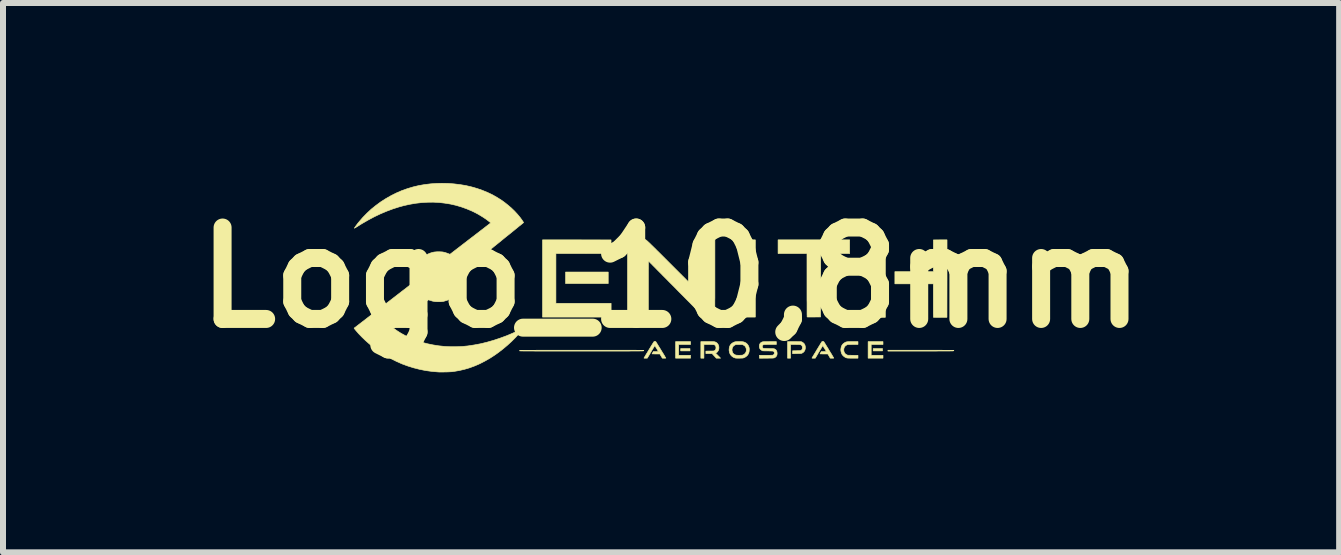
<source format=kicad_pcb>
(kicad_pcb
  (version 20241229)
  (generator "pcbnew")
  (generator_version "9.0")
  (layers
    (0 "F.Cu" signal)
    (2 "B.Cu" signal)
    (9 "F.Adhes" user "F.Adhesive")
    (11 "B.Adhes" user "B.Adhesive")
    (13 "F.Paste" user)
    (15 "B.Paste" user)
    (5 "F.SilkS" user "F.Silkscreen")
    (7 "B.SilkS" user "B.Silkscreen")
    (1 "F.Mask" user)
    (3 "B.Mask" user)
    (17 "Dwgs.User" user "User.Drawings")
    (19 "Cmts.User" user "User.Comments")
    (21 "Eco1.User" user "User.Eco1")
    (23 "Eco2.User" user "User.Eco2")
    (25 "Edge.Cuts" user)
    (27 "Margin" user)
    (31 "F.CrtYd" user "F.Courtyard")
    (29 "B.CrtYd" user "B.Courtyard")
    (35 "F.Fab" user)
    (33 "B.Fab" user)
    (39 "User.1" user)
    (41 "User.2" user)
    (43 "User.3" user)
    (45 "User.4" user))
  (footprint "Logo_10,8mm"
    (layer "F.Cu")
    (at 8.135 1.577)
    (property "Reference" "Logo_10,8mm" (at 0 0 180) (layer "F.SilkS") (effects (font (size 1.524 1.524) (thickness 0.3))))
    (attr through_hole)
    (fp_poly (pts (xy -1.047 0.099) (xy -1.758 0.099) (xy -1.758 -0.093) (xy -1.047 -0.093) (xy -1.047 0.099)) (stroke (width 0.01) (type solid)) (fill yes) (layer "F.SilkS"))
    (fp_poly (pts (xy 0.316 1.222) (xy 0.161 1.222) (xy 0.161 1.183) (xy 0.316 1.183) (xy 0.316 1.222)) (stroke (width 0.01) (type solid)) (fill yes) (layer "F.SilkS"))
    (fp_poly (pts (xy 1.405 0.658) (xy 1.18 0.658) (xy 1.18 -0.629) (xy 1.405 -0.629) (xy 1.405 0.658)) (stroke (width 0.01) (type solid)) (fill yes) (layer "F.SilkS"))
    (fp_poly (pts (xy 3.525 1.222) (xy 3.37 1.222) (xy 3.37 1.183) (xy 3.525 1.183) (xy 3.525 1.222)) (stroke (width 0.01) (type solid)) (fill yes) (layer "F.SilkS"))
    (fp_poly (pts (xy 0.325 1.115) (xy 0.127 1.115) (xy 0.127 1.295) (xy 0.325 1.295) (xy 0.325 1.343) (xy 0.076 1.343) (xy 0.076 1.067) (xy 0.325 1.067) (xy 0.325 1.115)) (stroke (width 0.01) (type solid)) (fill yes) (layer "F.SilkS"))
    (fp_poly (pts (xy 3.533 1.115) (xy 3.336 1.115) (xy 3.336 1.295) (xy 3.533 1.295) (xy 3.533 1.343) (xy 3.285 1.343) (xy 3.285 1.067) (xy 3.533 1.067) (xy 3.533 1.115)) (stroke (width 0.01) (type solid)) (fill yes) (layer "F.SilkS"))
    (fp_poly (pts (xy -1.571 -0.629) (xy -1 -0.628) (xy -1 -0.402) (xy -1.46 -0.401) (xy -1.919 -0.401) (xy -1.919 0.429) (xy -0.999 0.429) (xy -0.999 0.658) (xy -2.142 0.658) (xy -2.142 -0.629) (xy -1.571 -0.629)) (stroke (width 0.01) (type solid)) (fill yes) (layer "F.SilkS"))
    (fp_poly (pts (xy 3.572 0.016) (xy 3.572 0.662) (xy 3.461 0.663) (xy 3.437 0.663) (xy 3.414 0.663) (xy 3.394 0.663) (xy 3.377 0.662) (xy 3.363 0.662) (xy 3.354 0.662) (xy 3.349 0.661) (xy 3.349 0.661) (xy 3.349 0.658) (xy 3.349 0.65) (xy 3.349 0.637) (xy 3.348 0.618) (xy 3.348 0.595) (xy 3.348 0.568) (xy 3.348 0.536) (xy 3.348 0.501) (xy 3.348 0.462) (xy 3.348 0.419) (xy 3.347 0.374) (xy 3.347 0.325) (xy 3.347 0.274) (xy 3.347 0.221) (xy 3.347 0.165) (xy 3.347 0.107) (xy 3.347 0.048) (xy 3.347 0.015) (xy 3.347 -0.629) (xy 3.573 -0.629) (xy 3.572 0.016)) (stroke (width 0.01) (type solid)) (fill yes) (layer "F.SilkS"))
    (fp_poly (pts (xy 4.6 0.016) (xy 4.599 0.662) (xy 4.487 0.663) (xy 4.463 0.663) (xy 4.44 0.663) (xy 4.419 0.663) (xy 4.402 0.662) (xy 4.388 0.662) (xy 4.379 0.662) (xy 4.374 0.661) (xy 4.374 0.661) (xy 4.373 0.658) (xy 4.373 0.65) (xy 4.373 0.637) (xy 4.373 0.619) (xy 4.372 0.597) (xy 4.372 0.572) (xy 4.372 0.543) (xy 4.372 0.511) (xy 4.372 0.477) (xy 4.372 0.44) (xy 4.372 0.402) (xy 4.372 0.382) (xy 4.372 0.104) (xy 3.731 0.104) (xy 3.731 -0.099) (xy 4.372 -0.099) (xy 4.372 -0.363) (xy 4.373 -0.628) (xy 4.487 -0.629) (xy 4.6 -0.629) (xy 4.6 0.016)) (stroke (width 0.01) (type solid)) (fill yes) (layer "F.SilkS"))
    (fp_poly (pts (xy 2.977 -0.401) (xy 2.495 -0.401) (xy 2.494 0.128) (xy 2.493 0.656) (xy 2.382 0.657) (xy 2.357 0.657) (xy 2.334 0.657) (xy 2.314 0.657) (xy 2.297 0.657) (xy 2.283 0.657) (xy 2.273 0.656) (xy 2.269 0.656) (xy 2.268 0.656) (xy 2.268 0.653) (xy 2.268 0.644) (xy 2.268 0.631) (xy 2.267 0.613) (xy 2.267 0.59) (xy 2.267 0.563) (xy 2.267 0.532) (xy 2.267 0.497) (xy 2.267 0.459) (xy 2.267 0.418) (xy 2.266 0.374) (xy 2.266 0.327) (xy 2.266 0.278) (xy 2.266 0.227) (xy 2.266 0.174) (xy 2.266 0.127) (xy 2.266 -0.401) (xy 1.784 -0.401) (xy 1.784 -0.629) (xy 2.977 -0.629) (xy 2.977 -0.401)) (stroke (width 0.01) (type solid)) (fill yes) (layer "F.SilkS"))
    (fp_poly (pts (xy 4.166 1.211) (xy 4.222 1.211) (xy 4.275 1.211) (xy 4.327 1.211) (xy 4.377 1.211) (xy 4.424 1.211) (xy 4.469 1.211) (xy 4.511 1.211) (xy 4.55 1.212) (xy 4.585 1.212) (xy 4.617 1.212) (xy 4.645 1.212) (xy 4.668 1.212) (xy 4.687 1.212) (xy 4.701 1.212) (xy 4.71 1.212) (xy 4.714 1.213) (xy 4.714 1.213) (xy 4.712 1.216) (xy 4.712 1.218) (xy 4.711 1.219) (xy 4.707 1.221) (xy 4.699 1.222) (xy 4.686 1.223) (xy 4.679 1.223) (xy 4.673 1.223) (xy 4.661 1.223) (xy 4.644 1.224) (xy 4.622 1.224) (xy 4.596 1.224) (xy 4.566 1.224) (xy 4.533 1.224) (xy 4.495 1.224) (xy 4.455 1.224) (xy 4.411 1.225) (xy 4.365 1.225) (xy 4.317 1.225) (xy 4.266 1.225) (xy 4.214 1.225) (xy 4.161 1.225) (xy 4.13 1.225) (xy 3.615 1.225) (xy 3.615 1.211) (xy 4.166 1.211)) (stroke (width 0.01) (type solid)) (fill yes) (layer "F.SilkS"))
    (fp_poly (pts (xy 3.116 1.114) (xy 3.029 1.115) (xy 2.942 1.116) (xy 2.925 1.125) (xy 2.908 1.136) (xy 2.895 1.151) (xy 2.885 1.169) (xy 2.88 1.189) (xy 2.879 1.209) (xy 2.882 1.23) (xy 2.89 1.251) (xy 2.9 1.266) (xy 2.908 1.273) (xy 2.919 1.281) (xy 2.926 1.285) (xy 2.945 1.294) (xy 3.03 1.295) (xy 3.116 1.296) (xy 3.116 1.343) (xy 3.029 1.343) (xy 3.007 1.343) (xy 2.986 1.343) (xy 2.967 1.342) (xy 2.952 1.342) (xy 2.94 1.341) (xy 2.933 1.34) (xy 2.931 1.34) (xy 2.911 1.333) (xy 2.892 1.322) (xy 2.873 1.307) (xy 2.857 1.29) (xy 2.846 1.273) (xy 2.837 1.249) (xy 2.831 1.222) (xy 2.83 1.195) (xy 2.834 1.169) (xy 2.841 1.144) (xy 2.849 1.128) (xy 2.858 1.115) (xy 2.87 1.102) (xy 2.885 1.091) (xy 2.899 1.082) (xy 2.902 1.08) (xy 2.91 1.076) (xy 2.918 1.074) (xy 2.927 1.071) (xy 2.937 1.07) (xy 2.949 1.068) (xy 2.964 1.068) (xy 2.983 1.067) (xy 3.006 1.067) (xy 3.031 1.067) (xy 3.116 1.067) (xy 3.116 1.114)) (stroke (width 0.01) (type solid)) (fill yes) (layer "F.SilkS"))
    (fp_poly (pts (xy 2.055 1.067) (xy 2.169 1.068) (xy 2.187 1.076) (xy 2.205 1.088) (xy 2.22 1.103) (xy 2.231 1.122) (xy 2.237 1.144) (xy 2.239 1.168) (xy 2.238 1.184) (xy 2.232 1.207) (xy 2.222 1.227) (xy 2.207 1.244) (xy 2.188 1.257) (xy 2.185 1.258) (xy 2.18 1.261) (xy 2.175 1.262) (xy 2.17 1.264) (xy 2.164 1.265) (xy 2.155 1.265) (xy 2.144 1.266) (xy 2.129 1.266) (xy 2.11 1.266) (xy 2.098 1.267) (xy 2.026 1.268) (xy 2.026 1.22) (xy 2.091 1.219) (xy 2.114 1.218) (xy 2.132 1.218) (xy 2.147 1.217) (xy 2.158 1.215) (xy 2.166 1.213) (xy 2.172 1.209) (xy 2.177 1.205) (xy 2.181 1.2) (xy 2.182 1.198) (xy 2.186 1.193) (xy 2.188 1.186) (xy 2.188 1.177) (xy 2.189 1.167) (xy 2.188 1.151) (xy 2.184 1.139) (xy 2.178 1.13) (xy 2.168 1.123) (xy 2.165 1.121) (xy 2.162 1.12) (xy 2.157 1.119) (xy 2.152 1.118) (xy 2.144 1.117) (xy 2.133 1.116) (xy 2.119 1.116) (xy 2.101 1.116) (xy 2.078 1.115) (xy 2.074 1.115) (xy 1.992 1.114) (xy 1.992 1.343) (xy 1.942 1.343) (xy 1.942 1.067) (xy 2.055 1.067)) (stroke (width 0.01) (type solid)) (fill yes) (layer "F.SilkS"))
    (fp_poly (pts (xy 0.635 1.067) (xy 0.658 1.067) (xy 0.676 1.067) (xy 0.691 1.067) (xy 0.703 1.068) (xy 0.712 1.068) (xy 0.719 1.069) (xy 0.725 1.07) (xy 0.73 1.071) (xy 0.734 1.072) (xy 0.754 1.081) (xy 0.77 1.094) (xy 0.783 1.111) (xy 0.792 1.13) (xy 0.797 1.152) (xy 0.798 1.175) (xy 0.794 1.199) (xy 0.791 1.209) (xy 0.786 1.219) (xy 0.778 1.231) (xy 0.769 1.242) (xy 0.759 1.251) (xy 0.751 1.256) (xy 0.742 1.26) (xy 0.784 1.301) (xy 0.825 1.343) (xy 0.754 1.343) (xy 0.685 1.267) (xy 0.581 1.267) (xy 0.581 1.225) (xy 0.648 1.224) (xy 0.67 1.224) (xy 0.686 1.224) (xy 0.699 1.223) (xy 0.708 1.223) (xy 0.715 1.222) (xy 0.719 1.22) (xy 0.723 1.219) (xy 0.725 1.218) (xy 0.736 1.209) (xy 0.743 1.198) (xy 0.748 1.183) (xy 0.749 1.164) (xy 0.746 1.147) (xy 0.738 1.133) (xy 0.726 1.122) (xy 0.725 1.122) (xy 0.722 1.12) (xy 0.718 1.119) (xy 0.714 1.118) (xy 0.707 1.117) (xy 0.698 1.117) (xy 0.686 1.116) (xy 0.67 1.116) (xy 0.649 1.115) (xy 0.631 1.115) (xy 0.548 1.114) (xy 0.548 1.343) (xy 0.497 1.343) (xy 0.497 1.067) (xy 0.606 1.067) (xy 0.635 1.067)) (stroke (width 0.01) (type solid)) (fill yes) (layer "F.SilkS"))
    (fp_poly (pts (xy 1.149 1.067) (xy 1.168 1.067) (xy 1.184 1.068) (xy 1.198 1.07) (xy 1.206 1.071) (xy 1.232 1.08) (xy 1.255 1.094) (xy 1.274 1.112) (xy 1.288 1.133) (xy 1.299 1.158) (xy 1.299 1.16) (xy 1.303 1.176) (xy 1.304 1.195) (xy 1.303 1.215) (xy 1.301 1.234) (xy 1.298 1.248) (xy 1.288 1.273) (xy 1.273 1.296) (xy 1.253 1.314) (xy 1.231 1.329) (xy 1.206 1.339) (xy 1.204 1.34) (xy 1.196 1.341) (xy 1.184 1.342) (xy 1.168 1.342) (xy 1.15 1.343) (xy 1.132 1.343) (xy 1.114 1.343) (xy 1.097 1.343) (xy 1.082 1.342) (xy 1.072 1.341) (xy 1.069 1.34) (xy 1.049 1.333) (xy 1.029 1.322) (xy 1.01 1.307) (xy 0.995 1.29) (xy 0.984 1.273) (xy 0.974 1.249) (xy 0.969 1.222) (xy 0.968 1.21) (xy 1.016 1.21) (xy 1.02 1.231) (xy 1.028 1.251) (xy 1.033 1.26) (xy 1.045 1.273) (xy 1.062 1.284) (xy 1.081 1.292) (xy 1.09 1.293) (xy 1.105 1.294) (xy 1.124 1.295) (xy 1.142 1.295) (xy 1.16 1.294) (xy 1.173 1.294) (xy 1.183 1.293) (xy 1.191 1.292) (xy 1.197 1.29) (xy 1.202 1.288) (xy 1.204 1.287) (xy 1.222 1.276) (xy 1.237 1.261) (xy 1.248 1.243) (xy 1.254 1.223) (xy 1.255 1.201) (xy 1.252 1.179) (xy 1.244 1.159) (xy 1.233 1.143) (xy 1.218 1.131) (xy 1.209 1.126) (xy 1.19 1.116) (xy 1.079 1.116) (xy 1.063 1.125) (xy 1.045 1.136) (xy 1.032 1.151) (xy 1.023 1.169) (xy 1.017 1.189) (xy 1.016 1.21) (xy 0.968 1.21) (xy 0.968 1.195) (xy 0.971 1.169) (xy 0.978 1.144) (xy 0.986 1.128) (xy 0.999 1.111) (xy 1.016 1.095) (xy 1.037 1.082) (xy 1.058 1.073) (xy 1.069 1.07) (xy 1.079 1.069) (xy 1.094 1.068) (xy 1.111 1.067) (xy 1.13 1.067) (xy 1.149 1.067)) (stroke (width 0.01) (type solid)) (fill yes) (layer "F.SilkS"))
    (fp_poly (pts (xy -0.257 1.066) (xy -0.254 1.068) (xy -0.252 1.071) (xy -0.247 1.079) (xy -0.24 1.09) (xy -0.231 1.104) (xy -0.221 1.121) (xy -0.209 1.14) (xy -0.196 1.161) (xy -0.183 1.182) (xy -0.169 1.205) (xy -0.156 1.227) (xy -0.142 1.249) (xy -0.13 1.269) (xy -0.118 1.288) (xy -0.108 1.305) (xy -0.1 1.32) (xy -0.093 1.331) (xy -0.089 1.338) (xy -0.087 1.342) (xy -0.087 1.342) (xy -0.09 1.342) (xy -0.097 1.343) (xy -0.108 1.343) (xy -0.116 1.343) (xy -0.145 1.343) (xy -0.166 1.308) (xy -0.186 1.273) (xy -0.251 1.273) (xy -0.27 1.273) (xy -0.286 1.272) (xy -0.3 1.272) (xy -0.309 1.272) (xy -0.315 1.271) (xy -0.316 1.271) (xy -0.314 1.267) (xy -0.31 1.26) (xy -0.305 1.252) (xy -0.305 1.251) (xy -0.295 1.233) (xy -0.253 1.233) (xy -0.239 1.233) (xy -0.226 1.233) (xy -0.217 1.232) (xy -0.212 1.232) (xy -0.212 1.232) (xy -0.213 1.229) (xy -0.217 1.222) (xy -0.223 1.212) (xy -0.23 1.2) (xy -0.237 1.187) (xy -0.246 1.174) (xy -0.253 1.162) (xy -0.26 1.15) (xy -0.266 1.142) (xy -0.27 1.136) (xy -0.271 1.135) (xy -0.273 1.137) (xy -0.277 1.144) (xy -0.283 1.154) (xy -0.292 1.168) (xy -0.302 1.185) (xy -0.314 1.204) (xy -0.326 1.225) (xy -0.334 1.239) (xy -0.396 1.343) (xy -0.424 1.343) (xy -0.436 1.343) (xy -0.445 1.343) (xy -0.45 1.342) (xy -0.451 1.341) (xy -0.447 1.334) (xy -0.44 1.323) (xy -0.432 1.309) (xy -0.422 1.292) (xy -0.411 1.273) (xy -0.398 1.253) (xy -0.385 1.231) (xy -0.371 1.208) (xy -0.358 1.186) (xy -0.344 1.164) (xy -0.332 1.143) (xy -0.32 1.124) (xy -0.309 1.106) (xy -0.3 1.092) (xy -0.293 1.081) (xy -0.288 1.073) (xy -0.286 1.07) (xy -0.286 1.07) (xy -0.277 1.064) (xy -0.267 1.063) (xy -0.257 1.066)) (stroke (width 0.01) (type solid)) (fill yes) (layer "F.SilkS"))
    (fp_poly (pts (xy 2.542 1.066) (xy 2.546 1.068) (xy 2.548 1.071) (xy 2.553 1.079) (xy 2.56 1.09) (xy 2.569 1.104) (xy 2.579 1.121) (xy 2.591 1.14) (xy 2.604 1.161) (xy 2.617 1.182) (xy 2.63 1.205) (xy 2.644 1.227) (xy 2.657 1.249) (xy 2.67 1.269) (xy 2.681 1.288) (xy 2.691 1.305) (xy 2.7 1.32) (xy 2.706 1.331) (xy 2.711 1.338) (xy 2.712 1.342) (xy 2.712 1.342) (xy 2.71 1.342) (xy 2.702 1.343) (xy 2.692 1.343) (xy 2.683 1.343) (xy 2.654 1.343) (xy 2.634 1.308) (xy 2.613 1.273) (xy 2.548 1.273) (xy 2.53 1.273) (xy 2.513 1.272) (xy 2.5 1.272) (xy 2.49 1.272) (xy 2.485 1.271) (xy 2.484 1.271) (xy 2.486 1.267) (xy 2.49 1.26) (xy 2.494 1.252) (xy 2.495 1.251) (xy 2.505 1.233) (xy 2.546 1.233) (xy 2.561 1.233) (xy 2.573 1.233) (xy 2.582 1.232) (xy 2.587 1.232) (xy 2.588 1.232) (xy 2.587 1.229) (xy 2.583 1.222) (xy 2.577 1.212) (xy 2.57 1.2) (xy 2.562 1.187) (xy 2.554 1.174) (xy 2.546 1.162) (xy 2.539 1.15) (xy 2.534 1.142) (xy 2.53 1.136) (xy 2.529 1.135) (xy 2.527 1.137) (xy 2.523 1.144) (xy 2.516 1.154) (xy 2.508 1.168) (xy 2.498 1.185) (xy 2.486 1.204) (xy 2.474 1.225) (xy 2.465 1.239) (xy 2.404 1.343) (xy 2.376 1.343) (xy 2.364 1.343) (xy 2.355 1.343) (xy 2.35 1.342) (xy 2.349 1.341) (xy 2.353 1.334) (xy 2.359 1.323) (xy 2.368 1.309) (xy 2.378 1.292) (xy 2.389 1.273) (xy 2.402 1.253) (xy 2.415 1.231) (xy 2.428 1.208) (xy 2.442 1.186) (xy 2.455 1.164) (xy 2.468 1.143) (xy 2.48 1.124) (xy 2.49 1.106) (xy 2.499 1.092) (xy 2.506 1.081) (xy 2.511 1.073) (xy 2.513 1.07) (xy 2.513 1.07) (xy 2.522 1.064) (xy 2.532 1.063) (xy 2.542 1.066)) (stroke (width 0.01) (type solid)) (fill yes) (layer "F.SilkS"))
    (fp_poly (pts (xy 1.755 1.115) (xy 1.655 1.115) (xy 1.626 1.115) (xy 1.601 1.115) (xy 1.58 1.116) (xy 1.563 1.116) (xy 1.551 1.117) (xy 1.544 1.118) (xy 1.543 1.118) (xy 1.533 1.123) (xy 1.525 1.132) (xy 1.522 1.143) (xy 1.521 1.155) (xy 1.525 1.166) (xy 1.532 1.175) (xy 1.534 1.176) (xy 1.537 1.177) (xy 1.541 1.179) (xy 1.546 1.18) (xy 1.553 1.18) (xy 1.563 1.181) (xy 1.577 1.181) (xy 1.595 1.182) (xy 1.617 1.182) (xy 1.628 1.183) (xy 1.653 1.183) (xy 1.672 1.183) (xy 1.688 1.184) (xy 1.699 1.184) (xy 1.708 1.185) (xy 1.715 1.186) (xy 1.72 1.187) (xy 1.724 1.188) (xy 1.727 1.19) (xy 1.744 1.2) (xy 1.755 1.213) (xy 1.763 1.229) (xy 1.767 1.249) (xy 1.768 1.262) (xy 1.767 1.276) (xy 1.766 1.287) (xy 1.763 1.296) (xy 1.762 1.298) (xy 1.752 1.315) (xy 1.737 1.329) (xy 1.724 1.336) (xy 1.721 1.338) (xy 1.718 1.339) (xy 1.713 1.34) (xy 1.708 1.34) (xy 1.7 1.341) (xy 1.69 1.342) (xy 1.677 1.342) (xy 1.66 1.342) (xy 1.64 1.342) (xy 1.614 1.343) (xy 1.592 1.343) (xy 1.473 1.344) (xy 1.473 1.295) (xy 1.58 1.295) (xy 1.608 1.295) (xy 1.633 1.295) (xy 1.654 1.295) (xy 1.672 1.294) (xy 1.686 1.294) (xy 1.694 1.293) (xy 1.697 1.292) (xy 1.709 1.286) (xy 1.717 1.277) (xy 1.721 1.264) (xy 1.722 1.26) (xy 1.72 1.245) (xy 1.714 1.234) (xy 1.708 1.228) (xy 1.705 1.227) (xy 1.701 1.226) (xy 1.696 1.225) (xy 1.689 1.224) (xy 1.678 1.224) (xy 1.664 1.223) (xy 1.646 1.223) (xy 1.623 1.222) (xy 1.614 1.222) (xy 1.528 1.221) (xy 1.512 1.213) (xy 1.495 1.201) (xy 1.482 1.187) (xy 1.474 1.169) (xy 1.471 1.149) (xy 1.471 1.138) (xy 1.475 1.117) (xy 1.483 1.1) (xy 1.495 1.086) (xy 1.512 1.076) (xy 1.514 1.075) (xy 1.518 1.073) (xy 1.521 1.072) (xy 1.526 1.071) (xy 1.531 1.07) (xy 1.538 1.069) (xy 1.547 1.069) (xy 1.559 1.068) (xy 1.575 1.068) (xy 1.595 1.068) (xy 1.619 1.068) (xy 1.642 1.067) (xy 1.755 1.067) (xy 1.755 1.115)) (stroke (width 0.01) (type solid)) (fill yes) (layer "F.SilkS"))
    (fp_poly (pts (xy -1.34 1.211) (xy -1.275 1.211) (xy -1.211 1.211) (xy -1.148 1.211) (xy -1.086 1.211) (xy -1.025 1.211) (xy -0.966 1.211) (xy -0.909 1.211) (xy -0.855 1.211) (xy -0.802 1.211) (xy -0.753 1.211) (xy -0.706 1.211) (xy -0.663 1.211) (xy -0.623 1.211) (xy -0.587 1.211) (xy -0.554 1.212) (xy -0.526 1.212) (xy -0.502 1.212) (xy -0.482 1.212) (xy -0.468 1.212) (xy -0.459 1.212) (xy -0.455 1.212) (xy -0.454 1.212) (xy -0.456 1.216) (xy -0.457 1.219) (xy -0.458 1.22) (xy -0.458 1.22) (xy -0.459 1.221) (xy -0.461 1.221) (xy -0.463 1.222) (xy -0.466 1.222) (xy -0.471 1.222) (xy -0.476 1.222) (xy -0.483 1.223) (xy -0.492 1.223) (xy -0.502 1.223) (xy -0.514 1.223) (xy -0.529 1.224) (xy -0.546 1.224) (xy -0.565 1.224) (xy -0.587 1.224) (xy -0.611 1.224) (xy -0.639 1.224) (xy -0.669 1.224) (xy -0.704 1.225) (xy -0.741 1.225) (xy -0.782 1.225) (xy -0.827 1.225) (xy -0.876 1.225) (xy -0.929 1.225) (xy -0.987 1.225) (xy -1.049 1.225) (xy -1.115 1.225) (xy -1.187 1.225) (xy -1.264 1.225) (xy -1.345 1.225) (xy -1.432 1.225) (xy -1.493 1.225) (xy -1.584 1.225) (xy -1.669 1.225) (xy -1.749 1.225) (xy -1.824 1.225) (xy -1.894 1.225) (xy -1.959 1.225) (xy -2.019 1.225) (xy -2.075 1.225) (xy -2.127 1.225) (xy -2.175 1.225) (xy -2.218 1.225) (xy -2.258 1.225) (xy -2.295 1.224) (xy -2.327 1.224) (xy -2.357 1.224) (xy -2.384 1.224) (xy -2.407 1.224) (xy -2.428 1.224) (xy -2.446 1.224) (xy -2.462 1.224) (xy -2.476 1.223) (xy -2.487 1.223) (xy -2.497 1.223) (xy -2.505 1.223) (xy -2.511 1.222) (xy -2.516 1.222) (xy -2.52 1.222) (xy -2.522 1.221) (xy -2.524 1.221) (xy -2.525 1.221) (xy -2.526 1.22) (xy -2.526 1.22) (xy -2.526 1.22) (xy -2.525 1.217) (xy -2.523 1.215) (xy -2.517 1.214) (xy -2.508 1.213) (xy -2.498 1.213) (xy -2.493 1.212) (xy -2.483 1.212) (xy -2.468 1.212) (xy -2.448 1.212) (xy -2.423 1.212) (xy -2.394 1.212) (xy -2.361 1.212) (xy -2.324 1.212) (xy -2.283 1.212) (xy -2.239 1.211) (xy -2.192 1.211) (xy -2.142 1.211) (xy -2.09 1.211) (xy -2.035 1.211) (xy -1.977 1.211) (xy -1.918 1.211) (xy -1.857 1.211) (xy -1.795 1.211) (xy -1.732 1.211) (xy -1.667 1.211) (xy -1.602 1.211) (xy -1.537 1.211) (xy -1.471 1.211) (xy -1.405 1.211) (xy -1.34 1.211)) (stroke (width 0.01) (type solid)) (fill yes) (layer "F.SilkS"))
    (fp_poly (pts (xy -0.446 -0.64) (xy -0.426 -0.633) (xy -0.424 -0.631) (xy -0.42 -0.629) (xy -0.417 -0.627) (xy -0.413 -0.624) (xy -0.408 -0.62) (xy -0.402 -0.615) (xy -0.395 -0.609) (xy -0.387 -0.602) (xy -0.378 -0.593) (xy -0.367 -0.583) (xy -0.354 -0.571) (xy -0.34 -0.557) (xy -0.324 -0.541) (xy -0.305 -0.523) (xy -0.284 -0.502) (xy -0.261 -0.48) (xy -0.236 -0.454) (xy -0.207 -0.426) (xy -0.176 -0.395) (xy -0.141 -0.36) (xy -0.104 -0.323) (xy -0.063 -0.282) (xy -0.019 -0.238) (xy 0.029 -0.19) (xy 0.081 -0.138) (xy 0.096 -0.123) (xy 0.136 -0.083) (xy 0.176 -0.043) (xy 0.214 -0.005) (xy 0.251 0.032) (xy 0.286 0.067) (xy 0.319 0.1) (xy 0.351 0.131) (xy 0.38 0.16) (xy 0.407 0.187) (xy 0.431 0.211) (xy 0.453 0.233) (xy 0.471 0.251) (xy 0.487 0.267) (xy 0.499 0.279) (xy 0.508 0.287) (xy 0.513 0.292) (xy 0.514 0.294) (xy 0.515 0.291) (xy 0.515 0.283) (xy 0.515 0.269) (xy 0.515 0.251) (xy 0.515 0.229) (xy 0.516 0.202) (xy 0.516 0.172) (xy 0.516 0.138) (xy 0.516 0.101) (xy 0.516 0.06) (xy 0.516 0.017) (xy 0.516 -0.028) (xy 0.516 -0.076) (xy 0.516 -0.125) (xy 0.516 -0.174) (xy 0.516 -0.641) (xy 0.731 -0.641) (xy 0.731 -0.038) (xy 0.731 0.038) (xy 0.731 0.108) (xy 0.731 0.173) (xy 0.731 0.233) (xy 0.731 0.287) (xy 0.731 0.337) (xy 0.73 0.381) (xy 0.73 0.421) (xy 0.73 0.456) (xy 0.73 0.486) (xy 0.73 0.512) (xy 0.729 0.534) (xy 0.729 0.551) (xy 0.729 0.564) (xy 0.728 0.573) (xy 0.728 0.578) (xy 0.728 0.579) (xy 0.721 0.602) (xy 0.71 0.623) (xy 0.695 0.641) (xy 0.678 0.656) (xy 0.664 0.664) (xy 0.652 0.668) (xy 0.637 0.67) (xy 0.62 0.671) (xy 0.604 0.671) (xy 0.59 0.669) (xy 0.585 0.668) (xy 0.564 0.659) (xy 0.542 0.645) (xy 0.52 0.627) (xy 0.512 0.62) (xy 0.508 0.615) (xy 0.499 0.607) (xy 0.487 0.595) (xy 0.472 0.58) (xy 0.454 0.561) (xy 0.432 0.54) (xy 0.408 0.515) (xy 0.381 0.488) (xy 0.352 0.459) (xy 0.321 0.427) (xy 0.287 0.393) (xy 0.252 0.358) (xy 0.215 0.32) (xy 0.177 0.282) (xy 0.137 0.242) (xy 0.097 0.201) (xy 0.056 0.159) (xy 0.015 0.118) (xy -0.025 0.078) (xy -0.064 0.038) (xy -0.101 0.001) (xy -0.137 -0.035) (xy -0.171 -0.07) (xy -0.203 -0.102) (xy -0.233 -0.132) (xy -0.26 -0.16) (xy -0.285 -0.185) (xy -0.308 -0.208) (xy -0.327 -0.228) (xy -0.344 -0.244) (xy -0.357 -0.258) (xy -0.367 -0.267) (xy -0.373 -0.274) (xy -0.376 -0.276) (xy -0.376 -0.276) (xy -0.376 -0.273) (xy -0.376 -0.265) (xy -0.377 -0.252) (xy -0.377 -0.234) (xy -0.377 -0.212) (xy -0.377 -0.186) (xy -0.377 -0.155) (xy -0.378 -0.121) (xy -0.378 -0.084) (xy -0.378 -0.044) (xy -0.378 -0.001) (xy -0.378 0.045) (xy -0.378 0.092) (xy -0.378 0.142) (xy -0.378 0.19) (xy -0.378 0.658) (xy -0.593 0.658) (xy -0.593 0.061) (xy -0.593 -0.015) (xy -0.593 -0.085) (xy -0.593 -0.15) (xy -0.592 -0.209) (xy -0.592 -0.263) (xy -0.592 -0.312) (xy -0.592 -0.356) (xy -0.592 -0.396) (xy -0.592 -0.43) (xy -0.592 -0.46) (xy -0.591 -0.486) (xy -0.591 -0.507) (xy -0.591 -0.524) (xy -0.59 -0.537) (xy -0.59 -0.545) (xy -0.59 -0.55) (xy -0.59 -0.551) (xy -0.582 -0.576) (xy -0.57 -0.597) (xy -0.555 -0.615) (xy -0.536 -0.629) (xy -0.516 -0.639) (xy -0.493 -0.644) (xy -0.47 -0.645) (xy -0.446 -0.64)) (stroke (width 0.01) (type solid)) (fill yes) (layer "F.SilkS"))
    (fp_poly (pts (xy -3.717 -1.57) (xy -3.616 -1.562) (xy -3.517 -1.55) (xy -3.42 -1.534) (xy -3.326 -1.512) (xy -3.235 -1.486) (xy -3.146 -1.455) (xy -3.06 -1.42) (xy -2.978 -1.381) (xy -2.899 -1.336) (xy -2.823 -1.288) (xy -2.776 -1.254) (xy -2.718 -1.208) (xy -2.662 -1.16) (xy -2.609 -1.109) (xy -2.561 -1.057) (xy -2.517 -1.004) (xy -2.507 -0.99) (xy -2.497 -0.977) (xy -2.487 -0.963) (xy -2.478 -0.95) (xy -2.47 -0.938) (xy -2.464 -0.928) (xy -2.46 -0.92) (xy -2.458 -0.916) (xy -2.458 -0.916) (xy -2.461 -0.914) (xy -2.468 -0.909) (xy -2.478 -0.9) (xy -2.492 -0.889) (xy -2.51 -0.874) (xy -2.531 -0.858) (xy -2.555 -0.838) (xy -2.581 -0.817) (xy -2.61 -0.793) (xy -2.641 -0.768) (xy -2.674 -0.741) (xy -2.709 -0.713) (xy -2.746 -0.684) (xy -2.784 -0.653) (xy -2.822 -0.622) (xy -2.862 -0.589) (xy -2.902 -0.557) (xy -2.943 -0.524) (xy -2.983 -0.491) (xy -3.024 -0.458) (xy -3.064 -0.426) (xy -3.104 -0.394) (xy -3.142 -0.363) (xy -3.18 -0.332) (xy -3.216 -0.303) (xy -3.251 -0.275) (xy -3.283 -0.248) (xy -3.314 -0.223) (xy -3.343 -0.2) (xy -3.369 -0.179) (xy -3.392 -0.16) (xy -3.412 -0.144) (xy -3.43 -0.13) (xy -3.443 -0.119) (xy -3.453 -0.111) (xy -3.459 -0.106) (xy -3.461 -0.105) (xy -3.461 -0.101) (xy -3.461 -0.093) (xy -3.46 -0.083) (xy -3.458 -0.073) (xy -3.456 -0.051) (xy -3.455 -0.025) (xy -3.455 0.003) (xy -3.457 0.03) (xy -3.46 0.054) (xy -3.463 0.07) (xy -3.476 0.117) (xy -3.494 0.162) (xy -3.516 0.204) (xy -3.543 0.243) (xy -3.574 0.278) (xy -3.609 0.309) (xy -3.647 0.337) (xy -3.689 0.36) (xy -3.734 0.379) (xy -3.781 0.393) (xy -3.791 0.396) (xy -3.803 0.398) (xy -3.814 0.4) (xy -3.827 0.401) (xy -3.841 0.402) (xy -3.859 0.402) (xy -3.873 0.402) (xy -3.9 0.402) (xy -3.922 0.401) (xy -3.942 0.399) (xy -3.96 0.395) (xy -3.98 0.391) (xy -4.001 0.384) (xy -4.011 0.381) (xy -4.027 0.376) (xy -4.039 0.373) (xy -4.046 0.372) (xy -4.048 0.372) (xy -4.057 0.379) (xy -4.07 0.39) (xy -4.086 0.402) (xy -4.105 0.418) (xy -4.126 0.435) (xy -4.15 0.454) (xy -4.176 0.475) (xy -4.203 0.497) (xy -4.232 0.521) (xy -4.262 0.545) (xy -4.292 0.569) (xy -4.323 0.594) (xy -4.354 0.62) (xy -4.385 0.645) (xy -4.415 0.669) (xy -4.444 0.693) (xy -4.472 0.716) (xy -4.499 0.738) (xy -4.524 0.759) (xy -4.547 0.777) (xy -4.568 0.794) (xy -4.585 0.809) (xy -4.6 0.821) (xy -4.612 0.831) (xy -4.62 0.837) (xy -4.624 0.841) (xy -4.624 0.841) (xy -4.622 0.845) (xy -4.615 0.85) (xy -4.605 0.858) (xy -4.592 0.868) (xy -4.576 0.879) (xy -4.559 0.891) (xy -4.54 0.903) (xy -4.521 0.915) (xy -4.502 0.927) (xy -4.484 0.937) (xy -4.405 0.98) (xy -4.323 1.017) (xy -4.238 1.05) (xy -4.15 1.079) (xy -4.059 1.103) (xy -3.967 1.122) (xy -3.873 1.137) (xy -3.777 1.147) (xy -3.679 1.152) (xy -3.581 1.152) (xy -3.482 1.148) (xy -3.387 1.139) (xy -3.282 1.123) (xy -3.175 1.103) (xy -3.068 1.077) (xy -2.96 1.046) (xy -2.851 1.01) (xy -2.742 0.97) (xy -2.633 0.924) (xy -2.525 0.873) (xy -2.502 0.862) (xy -2.488 0.855) (xy -2.476 0.849) (xy -2.467 0.845) (xy -2.461 0.842) (xy -2.459 0.842) (xy -2.46 0.844) (xy -2.465 0.851) (xy -2.472 0.86) (xy -2.48 0.871) (xy -2.491 0.884) (xy -2.502 0.898) (xy -2.514 0.912) (xy -2.525 0.926) (xy -2.533 0.934) (xy -2.593 0.999) (xy -2.657 1.063) (xy -2.725 1.125) (xy -2.796 1.185) (xy -2.869 1.242) (xy -2.942 1.294) (xy -3.016 1.342) (xy -3.024 1.347) (xy -3.107 1.394) (xy -3.189 1.436) (xy -3.272 1.472) (xy -3.356 1.503) (xy -3.44 1.528) (xy -3.525 1.548) (xy -3.612 1.563) (xy -3.646 1.568) (xy -3.659 1.569) (xy -3.676 1.57) (xy -3.697 1.571) (xy -3.72 1.572) (xy -3.745 1.573) (xy -3.771 1.573) (xy -3.797 1.574) (xy -3.821 1.574) (xy -3.843 1.574) (xy -3.862 1.574) (xy -3.877 1.573) (xy -3.879 1.573) (xy -3.984 1.564) (xy -4.087 1.55) (xy -4.188 1.53) (xy -4.287 1.505) (xy -4.384 1.475) (xy -4.48 1.44) (xy -4.573 1.399) (xy -4.665 1.353) (xy -4.756 1.301) (xy -4.843 1.246) (xy -4.908 1.201) (xy -4.972 1.152) (xy -5.036 1.099) (xy -5.097 1.045) (xy -5.154 0.99) (xy -5.208 0.934) (xy -5.214 0.927) (xy -5.225 0.914) (xy -5.237 0.9) (xy -5.249 0.887) (xy -5.259 0.874) (xy -5.269 0.862) (xy -5.276 0.853) (xy -5.281 0.846) (xy -5.283 0.843) (xy -5.283 0.843) (xy -5.281 0.841) (xy -5.274 0.836) (xy -5.263 0.828) (xy -5.249 0.817) (xy -5.231 0.803) (xy -5.209 0.786) (xy -5.184 0.767) (xy -5.156 0.745) (xy -5.125 0.722) (xy -5.092 0.696) (xy -5.056 0.668) (xy -5.018 0.639) (xy -4.978 0.608) (xy -4.936 0.576) (xy -4.892 0.542) (xy -4.847 0.507) (xy -4.8 0.472) (xy -4.789 0.463) (xy -4.743 0.427) (xy -4.697 0.392) (xy -4.653 0.358) (xy -4.61 0.325) (xy -4.57 0.294) (xy -4.531 0.264) (xy -4.494 0.235) (xy -4.46 0.209) (xy -4.428 0.185) (xy -4.399 0.162) (xy -4.373 0.142) (xy -4.35 0.125) (xy -4.331 0.11) (xy -4.315 0.098) (xy -4.304 0.088) (xy -4.296 0.082) (xy -4.292 0.079) (xy -4.292 0.079) (xy -4.29 0.077) (xy -4.288 0.074) (xy -4.288 0.069) (xy -4.289 0.061) (xy -4.291 0.048) (xy -4.291 0.046) (xy -4.295 -0.001) (xy -4.294 -0.047) (xy -4.288 -0.093) (xy -4.277 -0.137) (xy -4.261 -0.18) (xy -4.24 -0.22) (xy -4.216 -0.258) (xy -4.187 -0.294) (xy -4.154 -0.326) (xy -4.118 -0.355) (xy -4.078 -0.38) (xy -4.035 -0.4) (xy -4.012 -0.409) (xy -3.989 -0.416) (xy -3.968 -0.422) (xy -3.948 -0.426) (xy -3.926 -0.428) (xy -3.902 -0.43) (xy -3.875 -0.43) (xy -3.852 -0.43) (xy -3.831 -0.429) (xy -3.813 -0.428) (xy -3.796 -0.425) (xy -3.778 -0.421) (xy -3.76 -0.416) (xy -3.739 -0.409) (xy -3.714 -0.4) (xy -3.697 -0.393) (xy -3.684 -0.389) (xy -3.357 -0.641) (xy -3.319 -0.67) (xy -3.282 -0.698) (xy -3.246 -0.726) (xy -3.212 -0.752) (xy -3.18 -0.777) (xy -3.15 -0.8) (xy -3.122 -0.821) (xy -3.097 -0.841) (xy -3.075 -0.858) (xy -3.056 -0.872) (xy -3.041 -0.884) (xy -3.029 -0.893) (xy -3.021 -0.899) (xy -3.018 -0.902) (xy -3.006 -0.912) (xy -3.02 -0.925) (xy -3.052 -0.95) (xy -3.087 -0.976) (xy -3.127 -1.003) (xy -3.169 -1.029) (xy -3.212 -1.055) (xy -3.257 -1.079) (xy -3.301 -1.101) (xy -3.318 -1.109) (xy -3.406 -1.146) (xy -3.495 -1.178) (xy -3.586 -1.205) (xy -3.678 -1.226) (xy -3.772 -1.241) (xy -3.867 -1.252) (xy -3.962 -1.257) (xy -4.059 -1.256) (xy -4.157 -1.25) (xy -4.255 -1.239) (xy -4.354 -1.222) (xy -4.453 -1.2) (xy -4.534 -1.178) (xy -4.637 -1.145) (xy -4.739 -1.107) (xy -4.843 -1.063) (xy -4.946 -1.014) (xy -5.049 -0.959) (xy -5.153 -0.899) (xy -5.233 -0.849) (xy -5.248 -0.84) (xy -5.26 -0.833) (xy -5.27 -0.827) (xy -5.277 -0.824) (xy -5.279 -0.823) (xy -5.279 -0.823) (xy -5.276 -0.828) (xy -5.27 -0.837) (xy -5.262 -0.849) (xy -5.252 -0.863) (xy -5.241 -0.878) (xy -5.229 -0.894) (xy -5.217 -0.91) (xy -5.205 -0.924) (xy -5.202 -0.928) (xy -5.138 -1.002) (xy -5.069 -1.073) (xy -4.997 -1.14) (xy -4.92 -1.202) (xy -4.84 -1.261) (xy -4.756 -1.315) (xy -4.751 -1.318) (xy -4.665 -1.367) (xy -4.577 -1.411) (xy -4.487 -1.45) (xy -4.394 -1.483) (xy -4.3 -1.511) (xy -4.204 -1.534) (xy -4.105 -1.551) (xy -4.005 -1.563) (xy -3.903 -1.57) (xy -3.82 -1.572) (xy -3.717 -1.57)) (stroke (width 0.01) (type solid)) (fill yes) (layer "F.SilkS")))
  (gr_rect
    (start -3 -3)
    (end 19.271 6.156)
    (stroke (width 0.1) (type default))
    (fill no)
    (layer "Edge.Cuts")))
</source>
